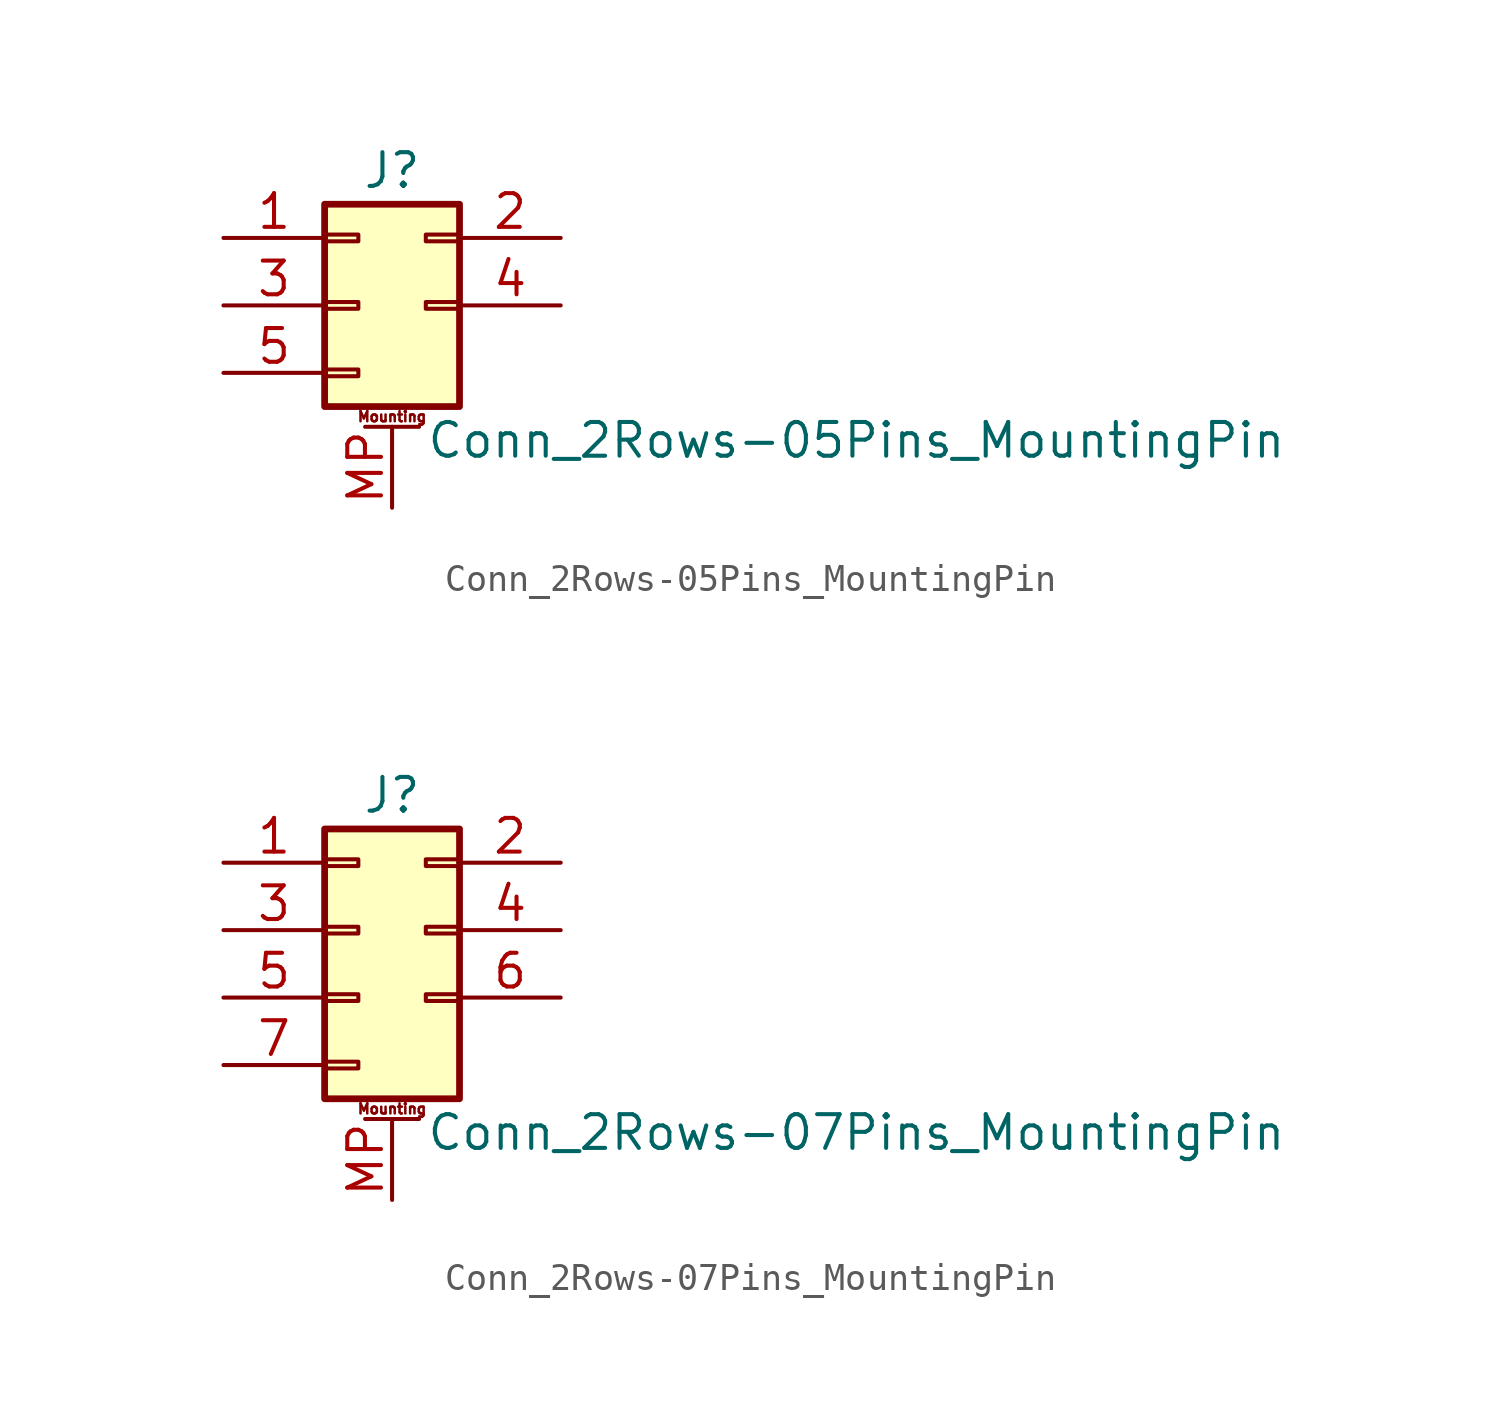
<source format=kicad_sym>
(kicad_symbol_lib
  (version 20201005)
  (generator kicad_symbol_editor)
  (symbol "Conn_2Rows-05Pins_MountingPin"
    (pin_names
      (offset 1.016) hide)
    (property "Reference" "J"
      (at 1.27 5.08 0)
      (effects (font (size 1.27 1.27))))
    (property "Value" "Conn_2Rows-05Pins_MountingPin"
      (at 2.54 -5.08 0)
      (effects (font (size 1.27 1.27)) (justify left)))
    (symbol "Conn_2Rows-05Pins_MountingPin_1_1"
      (text "Mounting" (at 1.27 -4.191 0) (effects (font (size 0.381 0.381))))
      (rectangle (start -1.27 -2.413) (end 0 -2.667) (stroke (width 0.152)) (fill (type none)))
      (rectangle (start -1.27 0.127) (end 0 -0.127) (stroke (width 0.152)) (fill (type none)))
      (rectangle (start -1.27 2.667) (end 0 2.413) (stroke (width 0.152)) (fill (type none)))
      (rectangle (start 3.81 0.127) (end 2.54 -0.127) (stroke (width 0.152)) (fill (type none)))
      (rectangle (start 3.81 2.667) (end 2.54 2.413) (stroke (width 0.152)) (fill (type none)))
      (rectangle (start -1.27 3.81) (end 3.81 -3.81) (stroke (width 0.254)) (fill (type background)))
      (polyline (pts (xy 0.254 -4.572) (xy 2.286 -4.572)) (stroke (width 0.152)) (fill (type none)))
      (pin passive line (at -5.08 2.54 0) (length 3.81) (name "Pin_1" (effects (font (size 1.27 1.27)))) (number "1" (effects (font (size 1.27 1.27)))))
      (pin passive line (at 7.62 2.54 180) (length 3.81) (name "Pin_2" (effects (font (size 1.27 1.27)))) (number "2" (effects (font (size 1.27 1.27)))))
      (pin passive line (at -5.08 0 0) (length 3.81) (name "Pin_3" (effects (font (size 1.27 1.27)))) (number "3" (effects (font (size 1.27 1.27)))))
      (pin passive line (at 7.62 0 180) (length 3.81) (name "Pin_4" (effects (font (size 1.27 1.27)))) (number "4" (effects (font (size 1.27 1.27)))))
      (pin passive line (at -5.08 -2.54 0) (length 3.81) (name "Pin_5" (effects (font (size 1.27 1.27)))) (number "5" (effects (font (size 1.27 1.27)))))
      (pin passive line (at 1.27 -7.62 90) (length 3.048) (name "MountPin" (effects (font (size 1.27 1.27)))) (number "MP" (effects (font (size 1.27 1.27)))))))
  (symbol "Conn_2Rows-07Pins_MountingPin"
    (pin_names
      (offset 1.016) hide)
    (property "Reference" "J"
      (at 1.27 5.08 0)
      (effects (font (size 1.27 1.27))))
    (property "Value" "Conn_2Rows-07Pins_MountingPin"
      (at 2.54 -7.62 0)
      (effects (font (size 1.27 1.27)) (justify left)))
    (symbol "Conn_2Rows-07Pins_MountingPin_1_1"
      (text "Mounting" (at 1.27 -6.731 0) (effects (font (size 0.381 0.381))))
      (rectangle (start -1.27 -4.953) (end 0 -5.207) (stroke (width 0.152)) (fill (type none)))
      (rectangle (start -1.27 -2.413) (end 0 -2.667) (stroke (width 0.152)) (fill (type none)))
      (rectangle (start -1.27 0.127) (end 0 -0.127) (stroke (width 0.152)) (fill (type none)))
      (rectangle (start -1.27 2.667) (end 0 2.413) (stroke (width 0.152)) (fill (type none)))
      (rectangle (start 3.81 -2.413) (end 2.54 -2.667) (stroke (width 0.152)) (fill (type none)))
      (rectangle (start 3.81 0.127) (end 2.54 -0.127) (stroke (width 0.152)) (fill (type none)))
      (rectangle (start 3.81 2.667) (end 2.54 2.413) (stroke (width 0.152)) (fill (type none)))
      (rectangle (start -1.27 3.81) (end 3.81 -6.35) (stroke (width 0.254)) (fill (type background)))
      (polyline (pts (xy 0.254 -7.112) (xy 2.286 -7.112)) (stroke (width 0.152)) (fill (type none)))
      (pin passive line (at -5.08 2.54 0) (length 3.81) (name "Pin_1" (effects (font (size 1.27 1.27)))) (number "1" (effects (font (size 1.27 1.27)))))
      (pin passive line (at 7.62 2.54 180) (length 3.81) (name "Pin_2" (effects (font (size 1.27 1.27)))) (number "2" (effects (font (size 1.27 1.27)))))
      (pin passive line (at -5.08 0 0) (length 3.81) (name "Pin_3" (effects (font (size 1.27 1.27)))) (number "3" (effects (font (size 1.27 1.27)))))
      (pin passive line (at 7.62 0 180) (length 3.81) (name "Pin_4" (effects (font (size 1.27 1.27)))) (number "4" (effects (font (size 1.27 1.27)))))
      (pin passive line (at -5.08 -2.54 0) (length 3.81) (name "Pin_5" (effects (font (size 1.27 1.27)))) (number "5" (effects (font (size 1.27 1.27)))))
      (pin passive line (at 7.62 -2.54 180) (length 3.81) (name "Pin_6" (effects (font (size 1.27 1.27)))) (number "6" (effects (font (size 1.27 1.27)))))
      (pin passive line (at -5.08 -5.08 0) (length 3.81) (name "Pin_7" (effects (font (size 1.27 1.27)))) (number "7" (effects (font (size 1.27 1.27)))))
      (pin passive line (at 1.27 -10.16 90) (length 3.048) (name "MountPin" (effects (font (size 1.27 1.27)))) (number "MP" (effects (font (size 1.27 1.27))))))))
</source>
